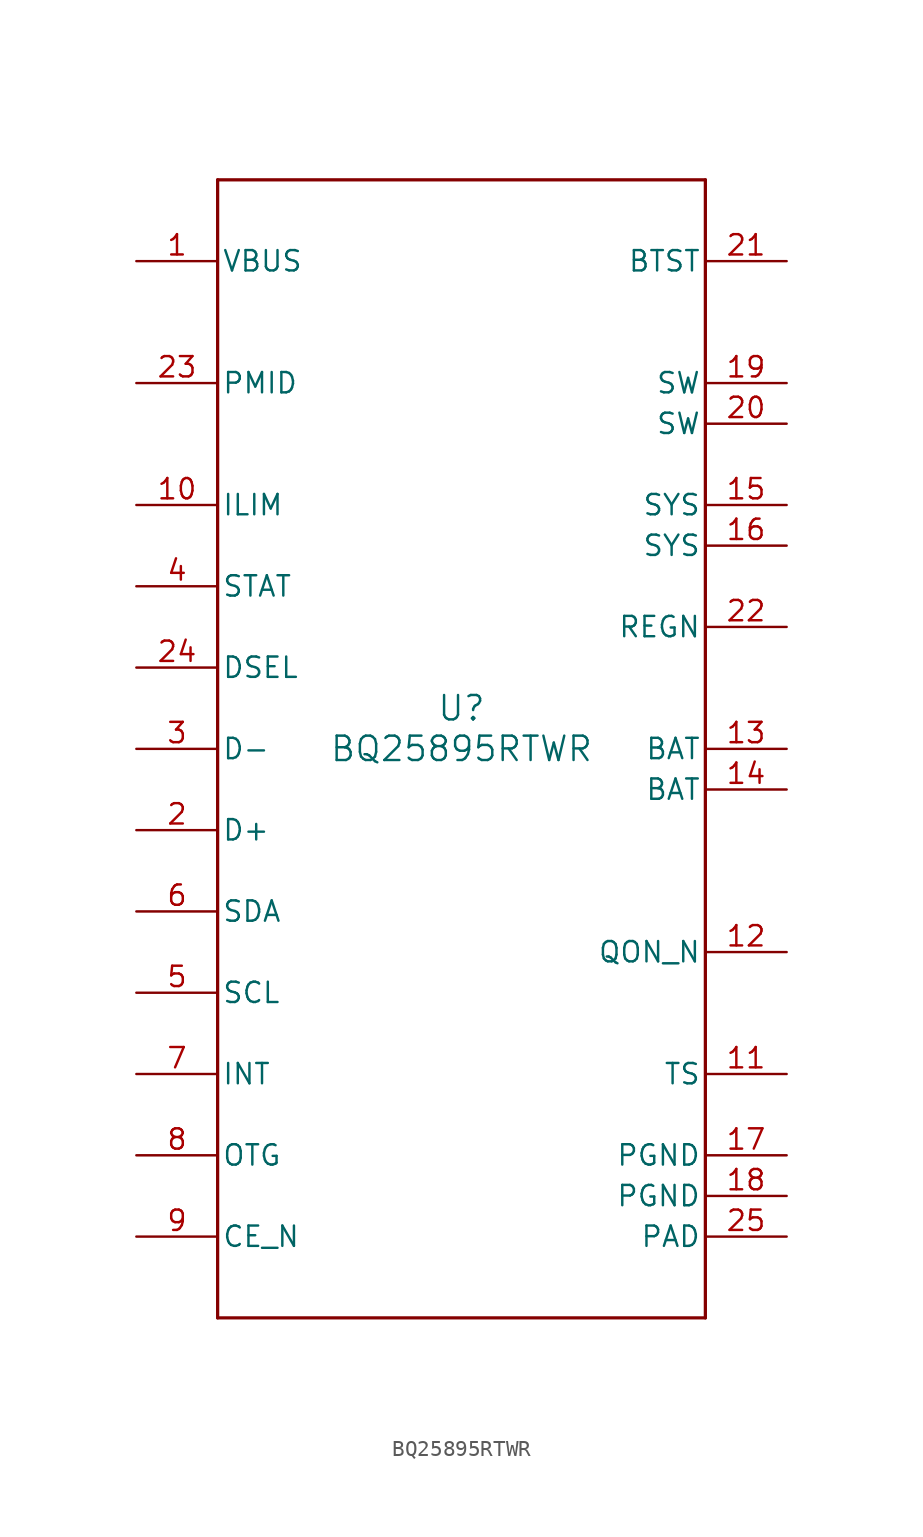
<source format=kicad_sym>
(kicad_symbol_lib
  (version 20211014)
  (generator kicad_symbol_editor)
  (symbol "BQ25895RTWR"
    (pin_names
      (offset 0.254))
    (property "Reference" "U"
      (at 0 2.54 0)
      (effects (font (size 1.524 1.524))))
    (property "Value" "BQ25895RTWR"
      (at 0 0 0)
      (effects (font (size 1.524 1.524))))
    (symbol "BQ25895RTWR_0_1"
      (polyline (pts (xy -15.24 -35.56) (xy 15.24 -35.56)) (stroke (width 0.203) (type default) (color 0 0 0 0)) (fill (type none)))
      (polyline (pts (xy 15.24 -35.56) (xy 15.24 35.56)) (stroke (width 0.203) (type default) (color 0 0 0 0)) (fill (type none)))
      (polyline (pts (xy 15.24 35.56) (xy -15.24 35.56)) (stroke (width 0.203) (type default) (color 0 0 0 0)) (fill (type none)))
      (polyline (pts (xy -15.24 35.56) (xy -15.24 -35.56)) (stroke (width 0.203) (type default) (color 0 0 0 0)) (fill (type none)))
      (pin power_in line (at -20.32 30.48 0) (length 5.08) (name "VBUS" (effects (font (size 1.27 1.27)))) (number "1" (effects (font (size 1.27 1.27)))))
      (pin input line (at -20.32 -5.08 0) (length 5.08) (name "D+" (effects (font (size 1.27 1.27)))) (number "2" (effects (font (size 1.27 1.27)))))
      (pin input line (at -20.32 0 0) (length 5.08) (name "D-" (effects (font (size 1.27 1.27)))) (number "3" (effects (font (size 1.27 1.27)))))
      (pin open_collector line (at -20.32 10.16 0) (length 5.08) (name "STAT" (effects (font (size 1.27 1.27)))) (number "4" (effects (font (size 1.27 1.27)))))
      (pin input line (at -20.32 -15.24 0) (length 5.08) (name "SCL" (effects (font (size 1.27 1.27)))) (number "5" (effects (font (size 1.27 1.27)))))
      (pin bidirectional line (at -20.32 -10.16 0) (length 5.08) (name "SDA" (effects (font (size 1.27 1.27)))) (number "6" (effects (font (size 1.27 1.27)))))
      (pin bidirectional line (at -20.32 -20.32 0) (length 5.08) (name "INT" (effects (font (size 1.27 1.27)))) (number "7" (effects (font (size 1.27 1.27)))))
      (pin input line (at -20.32 -25.4 0) (length 5.08) (name "OTG" (effects (font (size 1.27 1.27)))) (number "8" (effects (font (size 1.27 1.27)))))
      (pin input line (at -20.32 -30.48 0) (length 5.08) (name "CE_N" (effects (font (size 1.27 1.27)))) (number "9" (effects (font (size 1.27 1.27)))))
      (pin input line (at -20.32 15.24 0) (length 5.08) (name "ILIM" (effects (font (size 1.27 1.27)))) (number "10" (effects (font (size 1.27 1.27)))))
      (pin input line (at 20.32 -20.32 180) (length 5.08) (name "TS" (effects (font (size 1.27 1.27)))) (number "11" (effects (font (size 1.27 1.27)))))
      (pin input line (at 20.32 -12.7 180) (length 5.08) (name "QON_N" (effects (font (size 1.27 1.27)))) (number "12" (effects (font (size 1.27 1.27)))))
      (pin power_in line (at 20.32 0 180) (length 5.08) (name "BAT" (effects (font (size 1.27 1.27)))) (number "13" (effects (font (size 1.27 1.27)))))
      (pin power_in line (at 20.32 -2.54 180) (length 5.08) (name "BAT" (effects (font (size 1.27 1.27)))) (number "14" (effects (font (size 1.27 1.27)))))
      (pin input line (at 20.32 15.24 180) (length 5.08) (name "SYS" (effects (font (size 1.27 1.27)))) (number "15" (effects (font (size 1.27 1.27)))))
      (pin input line (at 20.32 12.7 180) (length 5.08) (name "SYS" (effects (font (size 1.27 1.27)))) (number "16" (effects (font (size 1.27 1.27)))))
      (pin power_in line (at 20.32 -25.4 180) (length 5.08) (name "PGND" (effects (font (size 1.27 1.27)))) (number "17" (effects (font (size 1.27 1.27)))))
      (pin power_in line (at 20.32 -27.94 180) (length 5.08) (name "PGND" (effects (font (size 1.27 1.27)))) (number "18" (effects (font (size 1.27 1.27)))))
      (pin power_in line (at 20.32 22.86 180) (length 5.08) (name "SW" (effects (font (size 1.27 1.27)))) (number "19" (effects (font (size 1.27 1.27)))))
      (pin power_in line (at 20.32 20.32 180) (length 5.08) (name "SW" (effects (font (size 1.27 1.27)))) (number "20" (effects (font (size 1.27 1.27)))))
      (pin power_in line (at 20.32 30.48 180) (length 5.08) (name "BTST" (effects (font (size 1.27 1.27)))) (number "21" (effects (font (size 1.27 1.27)))))
      (pin power_in line (at 20.32 7.62 180) (length 5.08) (name "REGN" (effects (font (size 1.27 1.27)))) (number "22" (effects (font (size 1.27 1.27)))))
      (pin output line (at -20.32 22.86 0) (length 5.08) (name "PMID" (effects (font (size 1.27 1.27)))) (number "23" (effects (font (size 1.27 1.27)))))
      (pin output line (at -20.32 5.08 0) (length 5.08) (name "DSEL" (effects (font (size 1.27 1.27)))) (number "24" (effects (font (size 1.27 1.27)))))
      (pin power_in line (at 20.32 -30.48 180) (length 5.08) (name "PAD" (effects (font (size 1.27 1.27)))) (number "25" (effects (font (size 1.27 1.27))))))))
</source>
